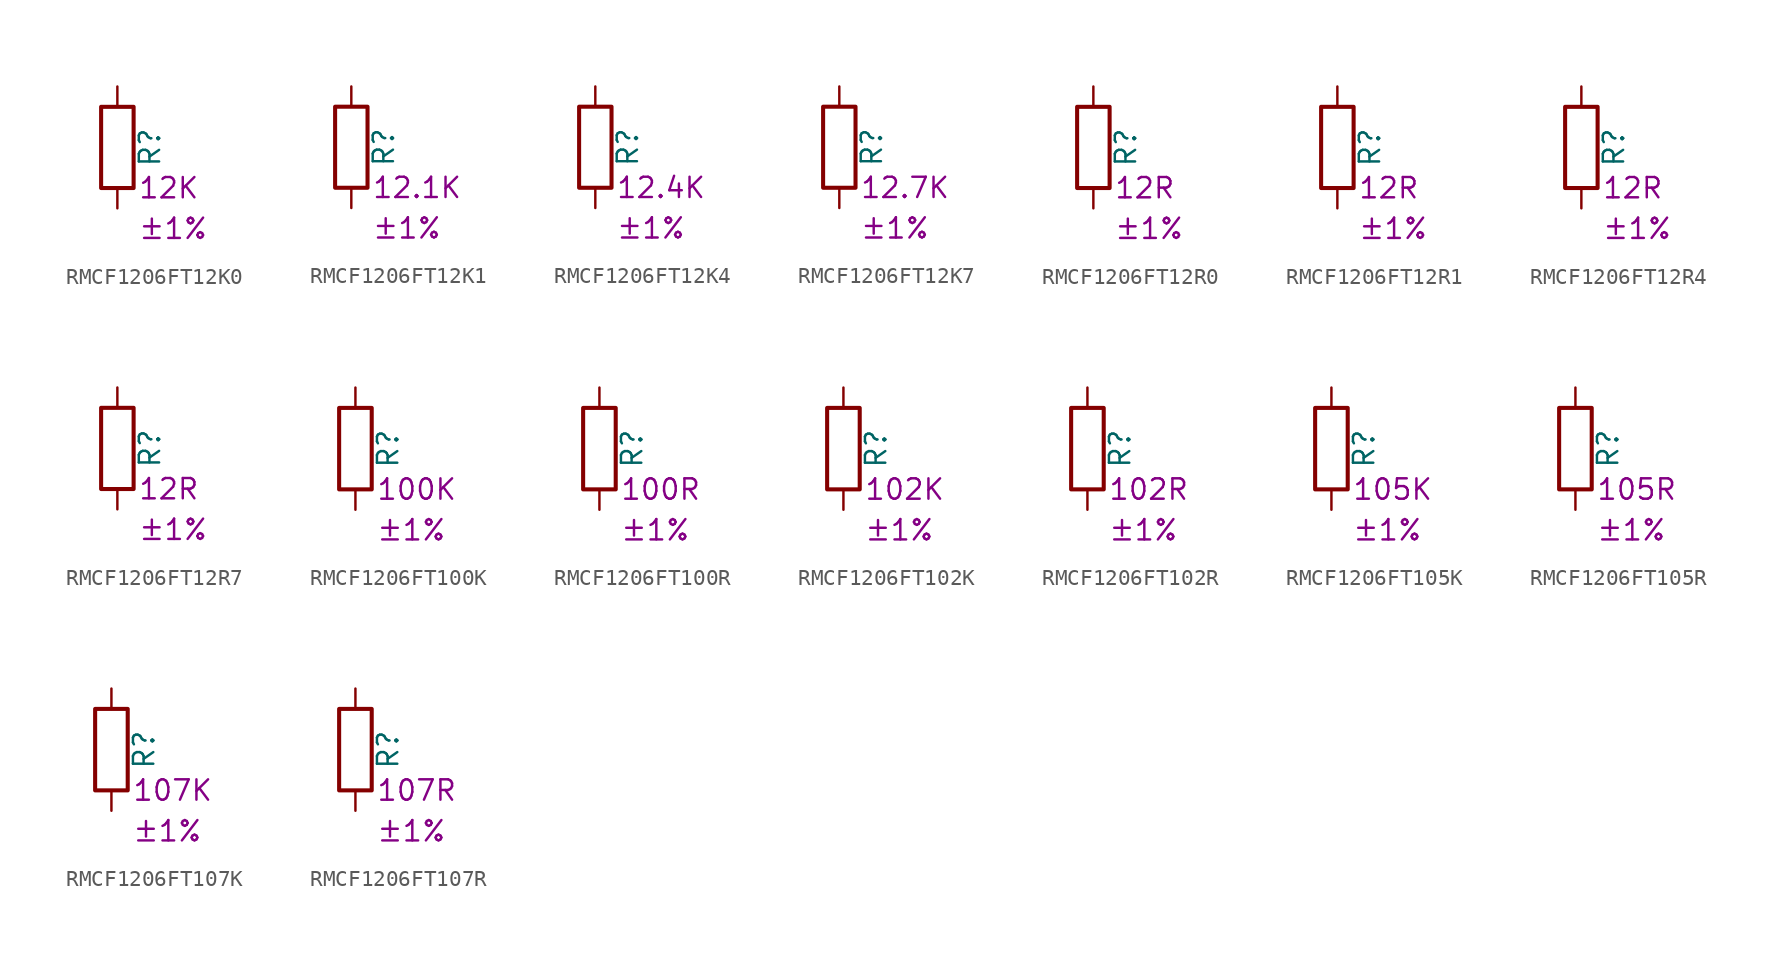
<source format=kicad_sym>
(kicad_symbol_lib
  (version 20220914)
  (generator kicad_symbol_editor)
  (symbol "RMCF1206FT12K0"
    (pin_numbers hide)
    (pin_names
      (offset 0))
    (property "Reference" "R"
      (at 2.032 0 90)
      (effects (font (size 1.27 1.27))))
    (property "Resistance" "12K"
      (at 1.27 -2.54 0)
      (effects (font (size 1.27 1.27)) (justify left)))
    (property "Tolerance" "±1%"
      (at 1.27 -5.08 0)
      (effects (font (size 1.27 1.27)) (justify left)))
    (symbol "RMCF1206FT12K0_0_1"
      (rectangle (start -1.016 -2.54) (end 1.016 2.54) (stroke (width 0.254) (type default)) (fill (type none))))
    (symbol "RMCF1206FT12K0_1_1"
      (pin passive line (at 0 3.81 270) (length 1.27) (name "~" (effects (font (size 1.27 1.27)))) (number "1" (effects (font (size 1.27 1.27)))))
      (pin passive line (at 0 -3.81 90) (length 1.27) (name "~" (effects (font (size 1.27 1.27)))) (number "2" (effects (font (size 1.27 1.27)))))))
  (symbol "RMCF1206FT12K1"
    (pin_numbers hide)
    (pin_names
      (offset 0))
    (property "Reference" "R"
      (at 2.032 0 90)
      (effects (font (size 1.27 1.27))))
    (property "Resistance" "12.1K"
      (at 1.27 -2.54 0)
      (effects (font (size 1.27 1.27)) (justify left)))
    (property "Tolerance" "±1%"
      (at 1.27 -5.08 0)
      (effects (font (size 1.27 1.27)) (justify left)))
    (symbol "RMCF1206FT12K1_0_1"
      (rectangle (start -1.016 -2.54) (end 1.016 2.54) (stroke (width 0.254) (type default)) (fill (type none))))
    (symbol "RMCF1206FT12K1_1_1"
      (pin passive line (at 0 3.81 270) (length 1.27) (name "~" (effects (font (size 1.27 1.27)))) (number "1" (effects (font (size 1.27 1.27)))))
      (pin passive line (at 0 -3.81 90) (length 1.27) (name "~" (effects (font (size 1.27 1.27)))) (number "2" (effects (font (size 1.27 1.27)))))))
  (symbol "RMCF1206FT12K4"
    (pin_numbers hide)
    (pin_names
      (offset 0))
    (property "Reference" "R"
      (at 2.032 0 90)
      (effects (font (size 1.27 1.27))))
    (property "Resistance" "12.4K"
      (at 1.27 -2.54 0)
      (effects (font (size 1.27 1.27)) (justify left)))
    (property "Tolerance" "±1%"
      (at 1.27 -5.08 0)
      (effects (font (size 1.27 1.27)) (justify left)))
    (symbol "RMCF1206FT12K4_0_1"
      (rectangle (start -1.016 -2.54) (end 1.016 2.54) (stroke (width 0.254) (type default)) (fill (type none))))
    (symbol "RMCF1206FT12K4_1_1"
      (pin passive line (at 0 3.81 270) (length 1.27) (name "~" (effects (font (size 1.27 1.27)))) (number "1" (effects (font (size 1.27 1.27)))))
      (pin passive line (at 0 -3.81 90) (length 1.27) (name "~" (effects (font (size 1.27 1.27)))) (number "2" (effects (font (size 1.27 1.27)))))))
  (symbol "RMCF1206FT12K7"
    (pin_numbers hide)
    (pin_names
      (offset 0))
    (property "Reference" "R"
      (at 2.032 0 90)
      (effects (font (size 1.27 1.27))))
    (property "Resistance" "12.7K"
      (at 1.27 -2.54 0)
      (effects (font (size 1.27 1.27)) (justify left)))
    (property "Tolerance" "±1%"
      (at 1.27 -5.08 0)
      (effects (font (size 1.27 1.27)) (justify left)))
    (symbol "RMCF1206FT12K7_0_1"
      (rectangle (start -1.016 -2.54) (end 1.016 2.54) (stroke (width 0.254) (type default)) (fill (type none))))
    (symbol "RMCF1206FT12K7_1_1"
      (pin passive line (at 0 3.81 270) (length 1.27) (name "~" (effects (font (size 1.27 1.27)))) (number "1" (effects (font (size 1.27 1.27)))))
      (pin passive line (at 0 -3.81 90) (length 1.27) (name "~" (effects (font (size 1.27 1.27)))) (number "2" (effects (font (size 1.27 1.27)))))))
  (symbol "RMCF1206FT12R0"
    (pin_numbers hide)
    (pin_names
      (offset 0))
    (property "Reference" "R"
      (at 2.032 0 90)
      (effects (font (size 1.27 1.27))))
    (property "Resistance" "12R"
      (at 1.27 -2.54 0)
      (effects (font (size 1.27 1.27)) (justify left)))
    (property "Tolerance" "±1%"
      (at 1.27 -5.08 0)
      (effects (font (size 1.27 1.27)) (justify left)))
    (symbol "RMCF1206FT12R0_0_1"
      (rectangle (start -1.016 -2.54) (end 1.016 2.54) (stroke (width 0.254) (type default)) (fill (type none))))
    (symbol "RMCF1206FT12R0_1_1"
      (pin passive line (at 0 3.81 270) (length 1.27) (name "~" (effects (font (size 1.27 1.27)))) (number "1" (effects (font (size 1.27 1.27)))))
      (pin passive line (at 0 -3.81 90) (length 1.27) (name "~" (effects (font (size 1.27 1.27)))) (number "2" (effects (font (size 1.27 1.27)))))))
  (symbol "RMCF1206FT12R1"
    (pin_numbers hide)
    (pin_names
      (offset 0))
    (property "Reference" "R"
      (at 2.032 0 90)
      (effects (font (size 1.27 1.27))))
    (property "Resistance" "12R"
      (at 1.27 -2.54 0)
      (effects (font (size 1.27 1.27)) (justify left)))
    (property "Tolerance" "±1%"
      (at 1.27 -5.08 0)
      (effects (font (size 1.27 1.27)) (justify left)))
    (symbol "RMCF1206FT12R1_0_1"
      (rectangle (start -1.016 -2.54) (end 1.016 2.54) (stroke (width 0.254) (type default)) (fill (type none))))
    (symbol "RMCF1206FT12R1_1_1"
      (pin passive line (at 0 3.81 270) (length 1.27) (name "~" (effects (font (size 1.27 1.27)))) (number "1" (effects (font (size 1.27 1.27)))))
      (pin passive line (at 0 -3.81 90) (length 1.27) (name "~" (effects (font (size 1.27 1.27)))) (number "2" (effects (font (size 1.27 1.27)))))))
  (symbol "RMCF1206FT12R4"
    (pin_numbers hide)
    (pin_names
      (offset 0))
    (property "Reference" "R"
      (at 2.032 0 90)
      (effects (font (size 1.27 1.27))))
    (property "Resistance" "12R"
      (at 1.27 -2.54 0)
      (effects (font (size 1.27 1.27)) (justify left)))
    (property "Tolerance" "±1%"
      (at 1.27 -5.08 0)
      (effects (font (size 1.27 1.27)) (justify left)))
    (symbol "RMCF1206FT12R4_0_1"
      (rectangle (start -1.016 -2.54) (end 1.016 2.54) (stroke (width 0.254) (type default)) (fill (type none))))
    (symbol "RMCF1206FT12R4_1_1"
      (pin passive line (at 0 3.81 270) (length 1.27) (name "~" (effects (font (size 1.27 1.27)))) (number "1" (effects (font (size 1.27 1.27)))))
      (pin passive line (at 0 -3.81 90) (length 1.27) (name "~" (effects (font (size 1.27 1.27)))) (number "2" (effects (font (size 1.27 1.27)))))))
  (symbol "RMCF1206FT12R7"
    (pin_numbers hide)
    (pin_names
      (offset 0))
    (property "Reference" "R"
      (at 2.032 0 90)
      (effects (font (size 1.27 1.27))))
    (property "Resistance" "12R"
      (at 1.27 -2.54 0)
      (effects (font (size 1.27 1.27)) (justify left)))
    (property "Tolerance" "±1%"
      (at 1.27 -5.08 0)
      (effects (font (size 1.27 1.27)) (justify left)))
    (symbol "RMCF1206FT12R7_0_1"
      (rectangle (start -1.016 -2.54) (end 1.016 2.54) (stroke (width 0.254) (type default)) (fill (type none))))
    (symbol "RMCF1206FT12R7_1_1"
      (pin passive line (at 0 3.81 270) (length 1.27) (name "~" (effects (font (size 1.27 1.27)))) (number "1" (effects (font (size 1.27 1.27)))))
      (pin passive line (at 0 -3.81 90) (length 1.27) (name "~" (effects (font (size 1.27 1.27)))) (number "2" (effects (font (size 1.27 1.27)))))))
  (symbol "RMCF1206FT100K"
    (pin_numbers hide)
    (pin_names
      (offset 0))
    (property "Reference" "R"
      (at 2.032 0 90)
      (effects (font (size 1.27 1.27))))
    (property "Resistance" "100K"
      (at 1.27 -2.54 0)
      (effects (font (size 1.27 1.27)) (justify left)))
    (property "Tolerance" "±1%"
      (at 1.27 -5.08 0)
      (effects (font (size 1.27 1.27)) (justify left)))
    (symbol "RMCF1206FT100K_0_1"
      (rectangle (start -1.016 -2.54) (end 1.016 2.54) (stroke (width 0.254) (type default)) (fill (type none))))
    (symbol "RMCF1206FT100K_1_1"
      (pin passive line (at 0 3.81 270) (length 1.27) (name "~" (effects (font (size 1.27 1.27)))) (number "1" (effects (font (size 1.27 1.27)))))
      (pin passive line (at 0 -3.81 90) (length 1.27) (name "~" (effects (font (size 1.27 1.27)))) (number "2" (effects (font (size 1.27 1.27)))))))
  (symbol "RMCF1206FT100R"
    (pin_numbers hide)
    (pin_names
      (offset 0))
    (property "Reference" "R"
      (at 2.032 0 90)
      (effects (font (size 1.27 1.27))))
    (property "Resistance" "100R"
      (at 1.27 -2.54 0)
      (effects (font (size 1.27 1.27)) (justify left)))
    (property "Tolerance" "±1%"
      (at 1.27 -5.08 0)
      (effects (font (size 1.27 1.27)) (justify left)))
    (symbol "RMCF1206FT100R_0_1"
      (rectangle (start -1.016 -2.54) (end 1.016 2.54) (stroke (width 0.254) (type default)) (fill (type none))))
    (symbol "RMCF1206FT100R_1_1"
      (pin passive line (at 0 3.81 270) (length 1.27) (name "~" (effects (font (size 1.27 1.27)))) (number "1" (effects (font (size 1.27 1.27)))))
      (pin passive line (at 0 -3.81 90) (length 1.27) (name "~" (effects (font (size 1.27 1.27)))) (number "2" (effects (font (size 1.27 1.27)))))))
  (symbol "RMCF1206FT102K"
    (pin_numbers hide)
    (pin_names
      (offset 0))
    (property "Reference" "R"
      (at 2.032 0 90)
      (effects (font (size 1.27 1.27))))
    (property "Resistance" "102K"
      (at 1.27 -2.54 0)
      (effects (font (size 1.27 1.27)) (justify left)))
    (property "Tolerance" "±1%"
      (at 1.27 -5.08 0)
      (effects (font (size 1.27 1.27)) (justify left)))
    (symbol "RMCF1206FT102K_0_1"
      (rectangle (start -1.016 -2.54) (end 1.016 2.54) (stroke (width 0.254) (type default)) (fill (type none))))
    (symbol "RMCF1206FT102K_1_1"
      (pin passive line (at 0 3.81 270) (length 1.27) (name "~" (effects (font (size 1.27 1.27)))) (number "1" (effects (font (size 1.27 1.27)))))
      (pin passive line (at 0 -3.81 90) (length 1.27) (name "~" (effects (font (size 1.27 1.27)))) (number "2" (effects (font (size 1.27 1.27)))))))
  (symbol "RMCF1206FT102R"
    (pin_numbers hide)
    (pin_names
      (offset 0))
    (property "Reference" "R"
      (at 2.032 0 90)
      (effects (font (size 1.27 1.27))))
    (property "Resistance" "102R"
      (at 1.27 -2.54 0)
      (effects (font (size 1.27 1.27)) (justify left)))
    (property "Tolerance" "±1%"
      (at 1.27 -5.08 0)
      (effects (font (size 1.27 1.27)) (justify left)))
    (symbol "RMCF1206FT102R_0_1"
      (rectangle (start -1.016 -2.54) (end 1.016 2.54) (stroke (width 0.254) (type default)) (fill (type none))))
    (symbol "RMCF1206FT102R_1_1"
      (pin passive line (at 0 3.81 270) (length 1.27) (name "~" (effects (font (size 1.27 1.27)))) (number "1" (effects (font (size 1.27 1.27)))))
      (pin passive line (at 0 -3.81 90) (length 1.27) (name "~" (effects (font (size 1.27 1.27)))) (number "2" (effects (font (size 1.27 1.27)))))))
  (symbol "RMCF1206FT105K"
    (pin_numbers hide)
    (pin_names
      (offset 0))
    (property "Reference" "R"
      (at 2.032 0 90)
      (effects (font (size 1.27 1.27))))
    (property "Resistance" "105K"
      (at 1.27 -2.54 0)
      (effects (font (size 1.27 1.27)) (justify left)))
    (property "Tolerance" "±1%"
      (at 1.27 -5.08 0)
      (effects (font (size 1.27 1.27)) (justify left)))
    (symbol "RMCF1206FT105K_0_1"
      (rectangle (start -1.016 -2.54) (end 1.016 2.54) (stroke (width 0.254) (type default)) (fill (type none))))
    (symbol "RMCF1206FT105K_1_1"
      (pin passive line (at 0 3.81 270) (length 1.27) (name "~" (effects (font (size 1.27 1.27)))) (number "1" (effects (font (size 1.27 1.27)))))
      (pin passive line (at 0 -3.81 90) (length 1.27) (name "~" (effects (font (size 1.27 1.27)))) (number "2" (effects (font (size 1.27 1.27)))))))
  (symbol "RMCF1206FT105R"
    (pin_numbers hide)
    (pin_names
      (offset 0))
    (property "Reference" "R"
      (at 2.032 0 90)
      (effects (font (size 1.27 1.27))))
    (property "Resistance" "105R"
      (at 1.27 -2.54 0)
      (effects (font (size 1.27 1.27)) (justify left)))
    (property "Tolerance" "±1%"
      (at 1.27 -5.08 0)
      (effects (font (size 1.27 1.27)) (justify left)))
    (symbol "RMCF1206FT105R_0_1"
      (rectangle (start -1.016 -2.54) (end 1.016 2.54) (stroke (width 0.254) (type default)) (fill (type none))))
    (symbol "RMCF1206FT105R_1_1"
      (pin passive line (at 0 3.81 270) (length 1.27) (name "~" (effects (font (size 1.27 1.27)))) (number "1" (effects (font (size 1.27 1.27)))))
      (pin passive line (at 0 -3.81 90) (length 1.27) (name "~" (effects (font (size 1.27 1.27)))) (number "2" (effects (font (size 1.27 1.27)))))))
  (symbol "RMCF1206FT107K"
    (pin_numbers hide)
    (pin_names
      (offset 0))
    (property "Reference" "R"
      (at 2.032 0 90)
      (effects (font (size 1.27 1.27))))
    (property "Resistance" "107K"
      (at 1.27 -2.54 0)
      (effects (font (size 1.27 1.27)) (justify left)))
    (property "Tolerance" "±1%"
      (at 1.27 -5.08 0)
      (effects (font (size 1.27 1.27)) (justify left)))
    (symbol "RMCF1206FT107K_0_1"
      (rectangle (start -1.016 -2.54) (end 1.016 2.54) (stroke (width 0.254) (type default)) (fill (type none))))
    (symbol "RMCF1206FT107K_1_1"
      (pin passive line (at 0 3.81 270) (length 1.27) (name "~" (effects (font (size 1.27 1.27)))) (number "1" (effects (font (size 1.27 1.27)))))
      (pin passive line (at 0 -3.81 90) (length 1.27) (name "~" (effects (font (size 1.27 1.27)))) (number "2" (effects (font (size 1.27 1.27)))))))
  (symbol "RMCF1206FT107R"
    (pin_numbers hide)
    (pin_names
      (offset 0))
    (property "Reference" "R"
      (at 2.032 0 90)
      (effects (font (size 1.27 1.27))))
    (property "Resistance" "107R"
      (at 1.27 -2.54 0)
      (effects (font (size 1.27 1.27)) (justify left)))
    (property "Tolerance" "±1%"
      (at 1.27 -5.08 0)
      (effects (font (size 1.27 1.27)) (justify left)))
    (symbol "RMCF1206FT107R_0_1"
      (rectangle (start -1.016 -2.54) (end 1.016 2.54) (stroke (width 0.254) (type default)) (fill (type none))))
    (symbol "RMCF1206FT107R_1_1"
      (pin passive line (at 0 3.81 270) (length 1.27) (name "~" (effects (font (size 1.27 1.27)))) (number "1" (effects (font (size 1.27 1.27)))))
      (pin passive line (at 0 -3.81 90) (length 1.27) (name "~" (effects (font (size 1.27 1.27)))) (number "2" (effects (font (size 1.27 1.27))))))))
</source>
